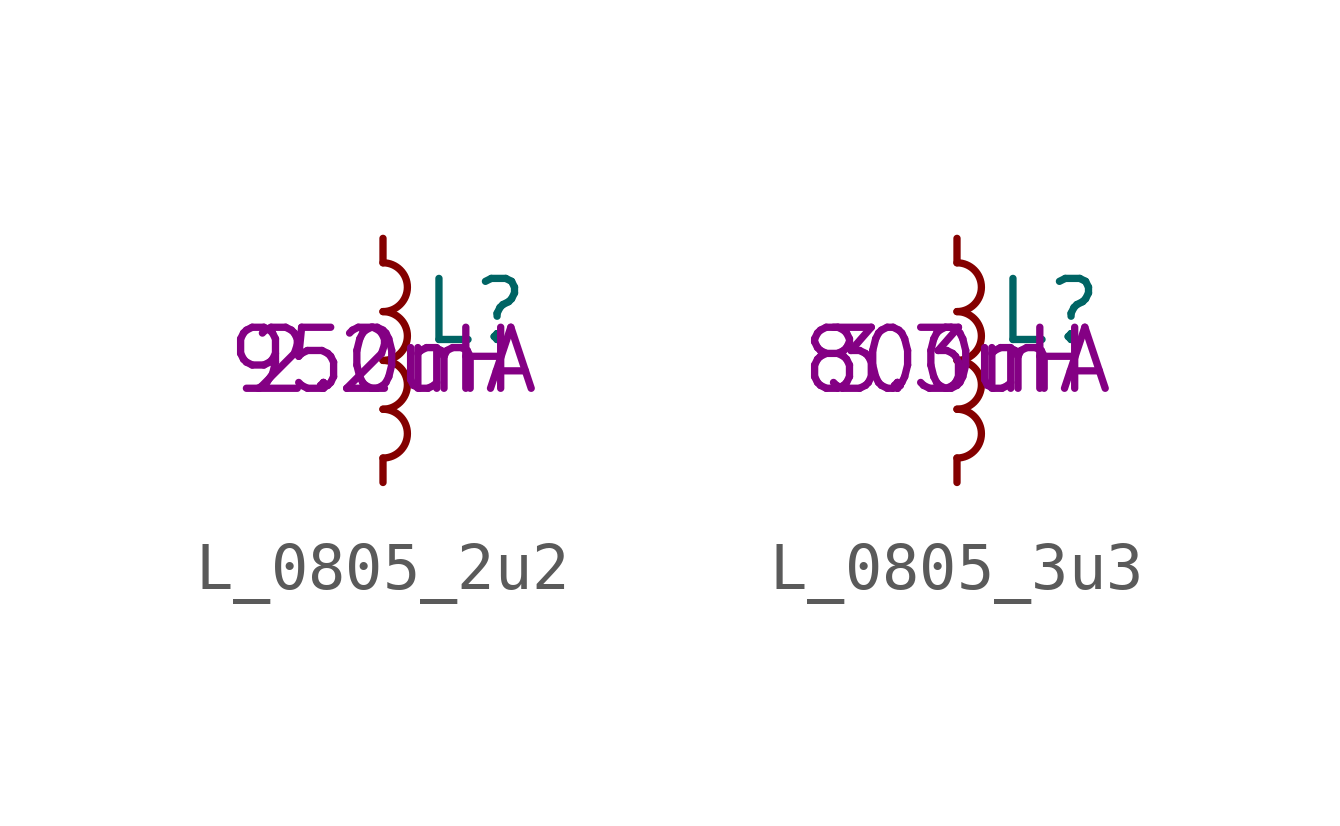
<source format=kicad_sym>
(kicad_symbol_lib
  (version 20211014)
  (generator kicad_symbol_editor)
  (symbol "L_0805_2u2"
    (pin_numbers hide)
    (pin_names
      (offset 0.254) hide)
    (property "Reference" "L"
      (at 0.762 1.016 0)
      (effects (font (size 1.27 1.27)) (justify left)))
    (property "Inductance" "2.2uH"
      (at 0 0 0)
      (effects (font (size 1.27 1.27))))
    (property "Current" "950mA"
      (at 0 0 0)
      (effects (font (size 1.27 1.27))))
    (symbol "L_0805_2u2_0_1"
      (arc (start 0 -2.032) (mid 0.508 -1.524) (end 0 -1.016) (stroke (width 0) (type default) (color 0 0 0 0)) (fill (type none)))
      (arc (start 0 -1.016) (mid 0.508 -0.508) (end 0 0) (stroke (width 0) (type default) (color 0 0 0 0)) (fill (type none)))
      (arc (start 0 0) (mid 0.508 0.508) (end 0 1.016) (stroke (width 0) (type default) (color 0 0 0 0)) (fill (type none)))
      (arc (start 0 1.016) (mid 0.508 1.524) (end 0 2.032) (stroke (width 0) (type default) (color 0 0 0 0)) (fill (type none))))
    (symbol "L_0805_2u2_1_1"
      (pin passive line (at 0 2.54 270) (length 0.508) (name "~" (effects (font (size 1.27 1.27)))) (number "1" (effects (font (size 1.27 1.27)))))
      (pin passive line (at 0 -2.54 90) (length 0.508) (name "~" (effects (font (size 1.27 1.27)))) (number "2" (effects (font (size 1.27 1.27)))))))
  (symbol "L_0805_3u3"
    (pin_numbers hide)
    (pin_names
      (offset 0.254) hide)
    (property "Reference" "L"
      (at 0.762 1.016 0)
      (effects (font (size 1.27 1.27)) (justify left)))
    (property "Inductance" "3.3uH"
      (at 0 0 0)
      (effects (font (size 1.27 1.27))))
    (property "Current" "800mA"
      (at 0 0 0)
      (effects (font (size 1.27 1.27))))
    (symbol "L_0805_3u3_0_1"
      (arc (start 0 -2.032) (mid 0.508 -1.524) (end 0 -1.016) (stroke (width 0) (type default) (color 0 0 0 0)) (fill (type none)))
      (arc (start 0 -1.016) (mid 0.508 -0.508) (end 0 0) (stroke (width 0) (type default) (color 0 0 0 0)) (fill (type none)))
      (arc (start 0 0) (mid 0.508 0.508) (end 0 1.016) (stroke (width 0) (type default) (color 0 0 0 0)) (fill (type none)))
      (arc (start 0 1.016) (mid 0.508 1.524) (end 0 2.032) (stroke (width 0) (type default) (color 0 0 0 0)) (fill (type none))))
    (symbol "L_0805_3u3_1_1"
      (pin passive line (at 0 2.54 270) (length 0.508) (name "~" (effects (font (size 1.27 1.27)))) (number "1" (effects (font (size 1.27 1.27)))))
      (pin passive line (at 0 -2.54 90) (length 0.508) (name "~" (effects (font (size 1.27 1.27)))) (number "2" (effects (font (size 1.27 1.27))))))))
</source>
